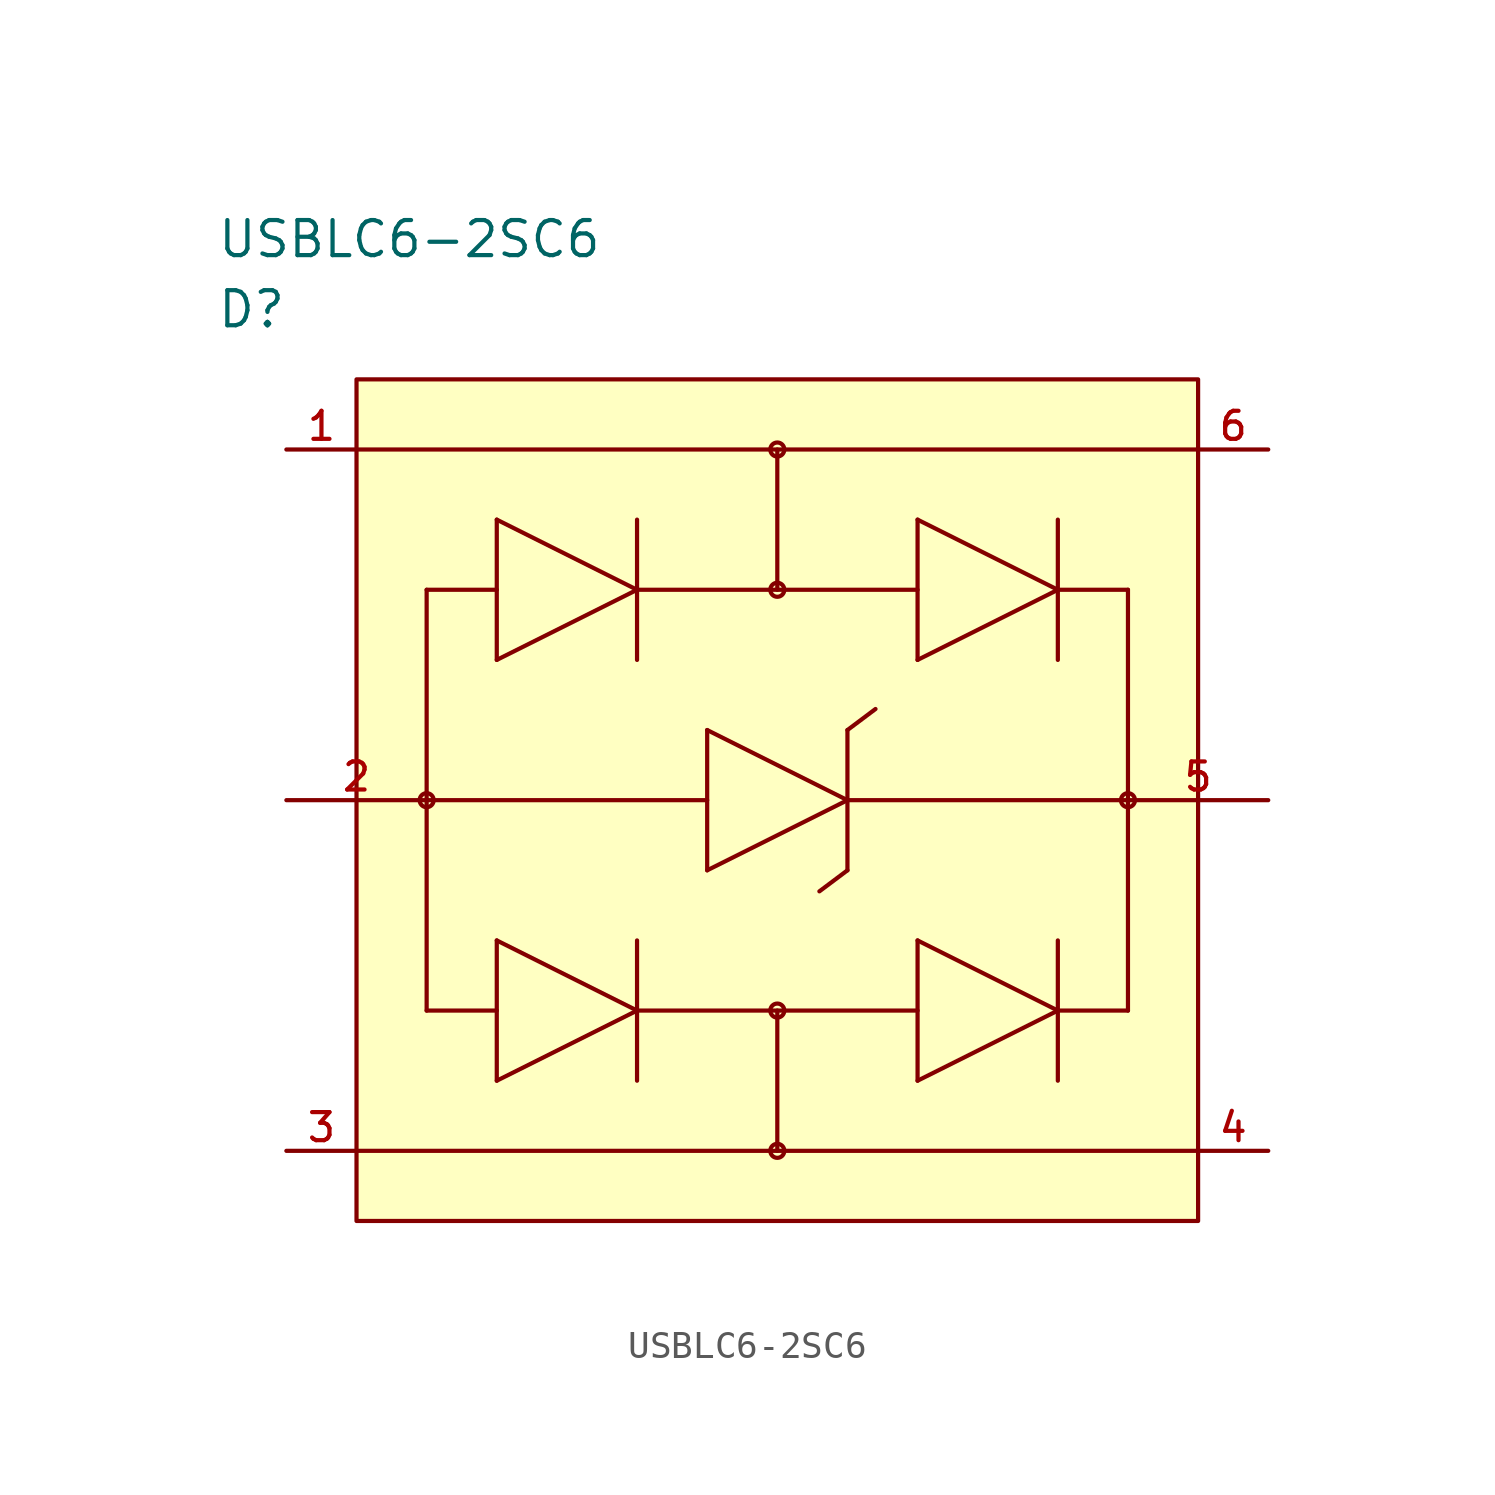
<source format=kicad_sym>
(kicad_symbol_lib
  (version 20211014)
  (generator kicad_symbol_editor)
  (symbol "USBLC6-2SC6"
    (pin_names
      (offset 1.016))
    (property "Reference" "D"
      (at 0 5.08 0)
      (effects (font (size 1.27 1.27)) (justify left)))
    (property "Value" "USBLC6-2SC6"
      (at 0 7.62 0)
      (effects (font (size 1.27 1.27)) (justify left)))
    (property "ki_locked" ""
      (at 0 0 0)
      (effects (font (size 1.27 1.27))))
    (symbol "USBLC6-2SC6_1_1"
      (polyline (pts (xy 5.08 -25.4) (xy 35.56 -25.4)) (stroke (width 0) (type default) (color 0 0 0 0)) (fill (type none)))
      (polyline (pts (xy 5.08 0) (xy 35.56 0)) (stroke (width 0) (type default) (color 0 0 0 0)) (fill (type none)))
      (polyline (pts (xy 7.62 -20.32) (xy 10.16 -20.32)) (stroke (width 0) (type default) (color 0 0 0 0)) (fill (type none)))
      (polyline (pts (xy 7.62 -12.7) (xy 17.78 -12.7)) (stroke (width 0) (type default) (color 0 0 0 0)) (fill (type none)))
      (polyline (pts (xy 7.62 -5.08) (xy 7.62 -20.32)) (stroke (width 0) (type default) (color 0 0 0 0)) (fill (type none)))
      (polyline (pts (xy 10.16 -22.86) (xy 15.24 -20.32)) (stroke (width 0) (type default) (color 0 0 0 0)) (fill (type none)))
      (polyline (pts (xy 10.16 -17.78) (xy 10.16 -22.86)) (stroke (width 0) (type default) (color 0 0 0 0)) (fill (type none)))
      (polyline (pts (xy 10.16 -7.62) (xy 15.24 -5.08)) (stroke (width 0) (type default) (color 0 0 0 0)) (fill (type none)))
      (polyline (pts (xy 10.16 -5.08) (xy 7.62 -5.08)) (stroke (width 0) (type default) (color 0 0 0 0)) (fill (type none)))
      (polyline (pts (xy 10.16 -2.54) (xy 10.16 -7.62)) (stroke (width 0) (type default) (color 0 0 0 0)) (fill (type none)))
      (polyline (pts (xy 15.24 -20.32) (xy 10.16 -17.78)) (stroke (width 0) (type default) (color 0 0 0 0)) (fill (type none)))
      (polyline (pts (xy 15.24 -20.32) (xy 25.4 -20.32)) (stroke (width 0) (type default) (color 0 0 0 0)) (fill (type none)))
      (polyline (pts (xy 15.24 -17.78) (xy 15.24 -22.86)) (stroke (width 0) (type default) (color 0 0 0 0)) (fill (type none)))
      (polyline (pts (xy 15.24 -5.08) (xy 10.16 -2.54)) (stroke (width 0) (type default) (color 0 0 0 0)) (fill (type none)))
      (polyline (pts (xy 15.24 -5.08) (xy 25.4 -5.08)) (stroke (width 0) (type default) (color 0 0 0 0)) (fill (type none)))
      (polyline (pts (xy 15.24 -2.54) (xy 15.24 -7.62)) (stroke (width 0) (type default) (color 0 0 0 0)) (fill (type none)))
      (polyline (pts (xy 17.78 -15.24) (xy 22.86 -12.7)) (stroke (width 0) (type default) (color 0 0 0 0)) (fill (type none)))
      (polyline (pts (xy 17.78 -10.16) (xy 17.78 -15.24)) (stroke (width 0) (type default) (color 0 0 0 0)) (fill (type none)))
      (polyline (pts (xy 20.32 -20.32) (xy 20.32 -25.4)) (stroke (width 0) (type default) (color 0 0 0 0)) (fill (type none)))
      (polyline (pts (xy 20.32 0) (xy 20.32 -5.08)) (stroke (width 0) (type default) (color 0 0 0 0)) (fill (type none)))
      (polyline (pts (xy 22.86 -15.24) (xy 21.844 -16.002)) (stroke (width 0) (type default) (color 0 0 0 0)) (fill (type none)))
      (polyline (pts (xy 22.86 -12.7) (xy 17.78 -10.16)) (stroke (width 0) (type default) (color 0 0 0 0)) (fill (type none)))
      (polyline (pts (xy 22.86 -12.7) (xy 33.02 -12.7)) (stroke (width 0) (type default) (color 0 0 0 0)) (fill (type none)))
      (polyline (pts (xy 22.86 -10.16) (xy 22.86 -15.24)) (stroke (width 0) (type default) (color 0 0 0 0)) (fill (type none)))
      (polyline (pts (xy 22.86 -10.16) (xy 23.876 -9.398)) (stroke (width 0) (type default) (color 0 0 0 0)) (fill (type none)))
      (polyline (pts (xy 25.4 -22.86) (xy 30.48 -20.32)) (stroke (width 0) (type default) (color 0 0 0 0)) (fill (type none)))
      (polyline (pts (xy 25.4 -17.78) (xy 25.4 -22.86)) (stroke (width 0) (type default) (color 0 0 0 0)) (fill (type none)))
      (polyline (pts (xy 25.4 -7.62) (xy 30.48 -5.08)) (stroke (width 0) (type default) (color 0 0 0 0)) (fill (type none)))
      (polyline (pts (xy 25.4 -2.54) (xy 25.4 -7.62)) (stroke (width 0) (type default) (color 0 0 0 0)) (fill (type none)))
      (polyline (pts (xy 30.48 -20.32) (xy 25.4 -17.78)) (stroke (width 0) (type default) (color 0 0 0 0)) (fill (type none)))
      (polyline (pts (xy 30.48 -17.78) (xy 30.48 -22.86)) (stroke (width 0) (type default) (color 0 0 0 0)) (fill (type none)))
      (polyline (pts (xy 30.48 -5.08) (xy 25.4 -2.54)) (stroke (width 0) (type default) (color 0 0 0 0)) (fill (type none)))
      (polyline (pts (xy 30.48 -5.08) (xy 33.02 -5.08)) (stroke (width 0) (type default) (color 0 0 0 0)) (fill (type none)))
      (polyline (pts (xy 30.48 -2.54) (xy 30.48 -7.62)) (stroke (width 0) (type default) (color 0 0 0 0)) (fill (type none)))
      (polyline (pts (xy 33.02 -20.32) (xy 30.48 -20.32)) (stroke (width 0) (type default) (color 0 0 0 0)) (fill (type none)))
      (polyline (pts (xy 33.02 -5.08) (xy 33.02 -20.32)) (stroke (width 0) (type default) (color 0 0 0 0)) (fill (type none)))
      (rectangle (start 5.08 2.54) (end 35.56 -27.94) (stroke (width 0) (type default) (color 0 0 0 0)) (fill (type background)))
      (circle (center 7.62 -12.7) (radius 0.254) (stroke (width 0) (type default) (color 0 0 0 0)) (fill (type none)))
      (circle (center 20.32 -25.4) (radius 0.254) (stroke (width 0) (type default) (color 0 0 0 0)) (fill (type none)))
      (circle (center 20.32 -20.32) (radius 0.254) (stroke (width 0) (type default) (color 0 0 0 0)) (fill (type none)))
      (circle (center 20.32 -5.08) (radius 0.254) (stroke (width 0) (type default) (color 0 0 0 0)) (fill (type none)))
      (circle (center 20.32 0) (radius 0.254) (stroke (width 0) (type default) (color 0 0 0 0)) (fill (type none)))
      (circle (center 33.02 -12.7) (radius 0.254) (stroke (width 0) (type default) (color 0 0 0 0)) (fill (type none)))
      (pin bidirectional line (at 2.54 0 0) (length 2.54) (name "I/O1" (effects (font (size 0 0)))) (number "1" (effects (font (size 1.016 1.016)))))
      (pin power_in line (at 2.54 -12.7 0) (length 5.08) (name "GND" (effects (font (size 0 0)))) (number "2" (effects (font (size 1.016 1.016)))))
      (pin bidirectional line (at 2.54 -25.4 0) (length 2.54) (name "I/O2" (effects (font (size 0 0)))) (number "3" (effects (font (size 1.016 1.016)))))
      (pin bidirectional line (at 38.1 -25.4 180) (length 2.54) (name "I/O2" (effects (font (size 0 0)))) (number "4" (effects (font (size 1.016 1.016)))))
      (pin power_in line (at 38.1 -12.7 180) (length 5.08) (name "VBUS" (effects (font (size 0 0)))) (number "5" (effects (font (size 1.016 1.016)))))
      (pin bidirectional line (at 38.1 0 180) (length 2.54) (name "I/O1" (effects (font (size 0 0)))) (number "6" (effects (font (size 1.016 1.016))))))))
</source>
